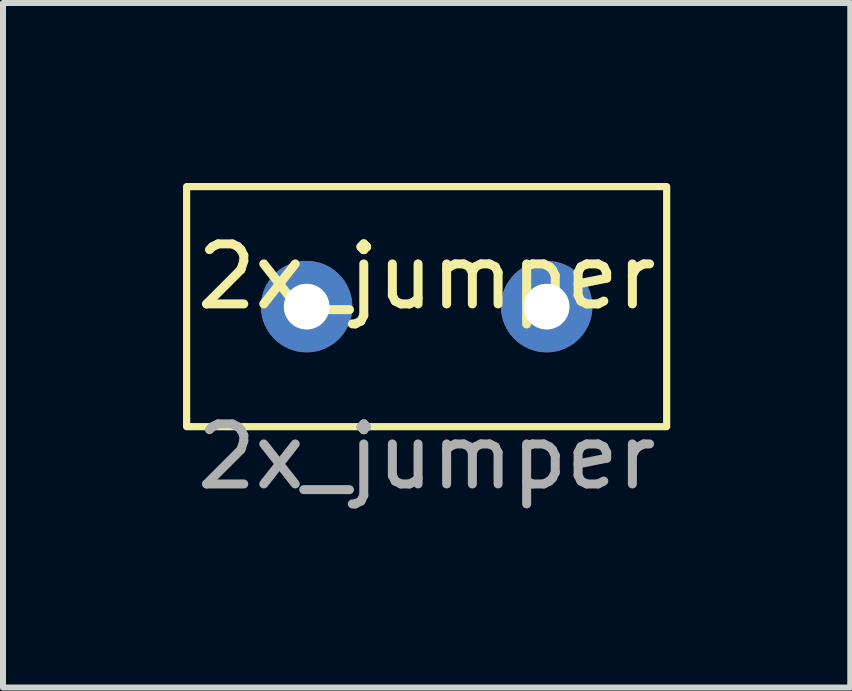
<source format=kicad_pcb>
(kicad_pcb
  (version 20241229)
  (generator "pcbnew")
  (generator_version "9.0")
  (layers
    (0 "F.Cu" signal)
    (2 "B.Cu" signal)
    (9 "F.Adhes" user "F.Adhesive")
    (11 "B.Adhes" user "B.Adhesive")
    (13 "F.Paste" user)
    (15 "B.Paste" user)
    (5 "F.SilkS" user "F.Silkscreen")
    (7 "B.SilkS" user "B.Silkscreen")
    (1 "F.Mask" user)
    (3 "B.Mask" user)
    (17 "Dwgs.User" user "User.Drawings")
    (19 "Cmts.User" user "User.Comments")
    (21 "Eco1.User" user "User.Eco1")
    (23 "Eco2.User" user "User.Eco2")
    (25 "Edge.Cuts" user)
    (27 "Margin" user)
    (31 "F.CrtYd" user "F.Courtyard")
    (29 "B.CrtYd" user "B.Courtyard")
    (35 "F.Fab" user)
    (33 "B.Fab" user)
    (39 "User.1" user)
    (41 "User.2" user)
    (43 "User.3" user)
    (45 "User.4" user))
  (footprint "2x_jumper"
    (layer "F.Cu")
    (at 4.06 2.06)
    (property "Reference" "2x_jumper" (at 0 -0.5 0) (unlocked yes) (layer "F.SilkS") (effects (font (size 1 1) (thickness 0.15))))
    (attr through_hole)
    (fp_rect (start -4 2) (end 4 -2) (stroke (width 0.12) (type solid)) (fill no) (layer "F.SilkS"))
    (fp_text user "${REFERENCE}" (at 0 2.5 0) (unlocked yes) (layer "F.Fab") (effects (font (size 1 1) (thickness 0.15))))
    (pad "1" thru_hole circle (at 2 0) (size 1.524 1.524) (drill 0.762) (layers "*.Cu" "*.Mask"))
    (pad "2" thru_hole circle (at -2 0) (size 1.524 1.524) (drill 0.762) (layers "*.Cu" "*.Mask")))
  (gr_rect
    (start -3 -3)
    (end 11.12 8.408)
    (stroke (width 0.1) (type default))
    (fill no)
    (layer "Edge.Cuts")))
</source>
